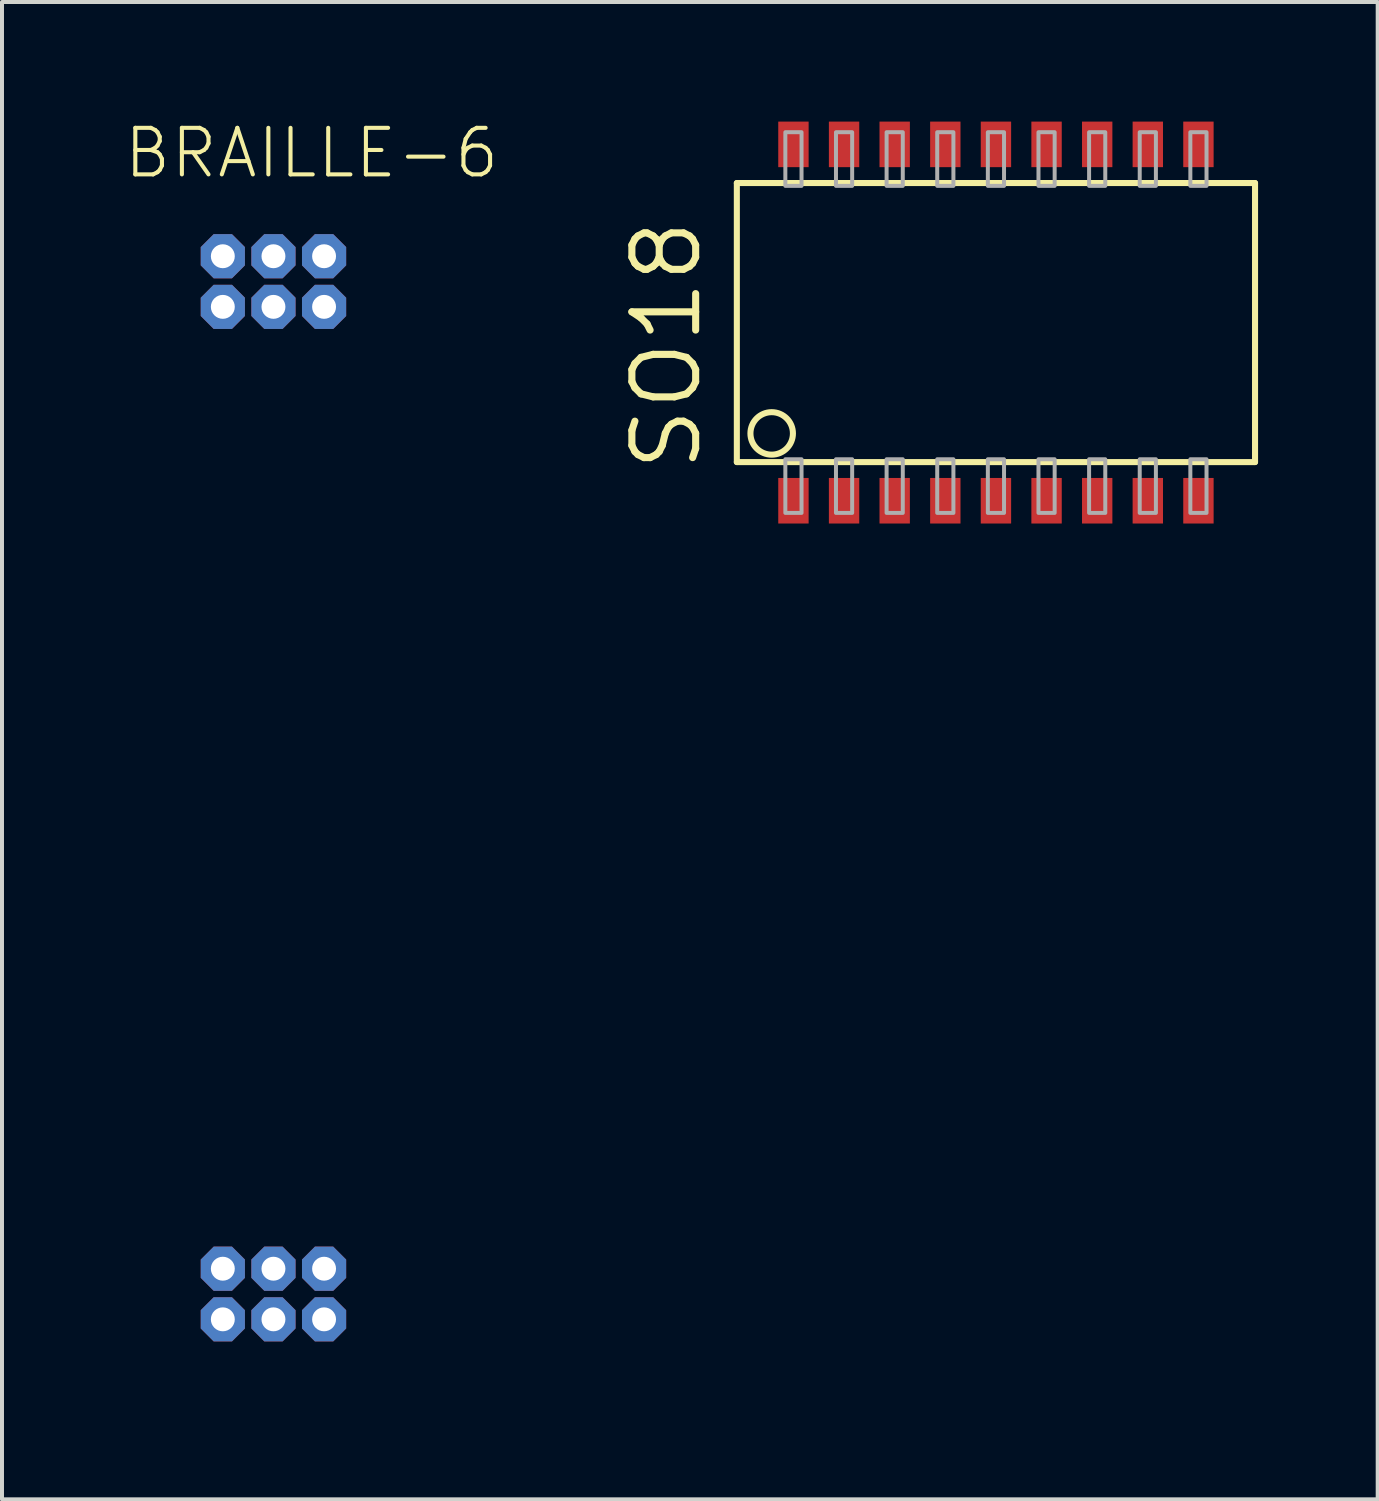
<source format=kicad_pcb>
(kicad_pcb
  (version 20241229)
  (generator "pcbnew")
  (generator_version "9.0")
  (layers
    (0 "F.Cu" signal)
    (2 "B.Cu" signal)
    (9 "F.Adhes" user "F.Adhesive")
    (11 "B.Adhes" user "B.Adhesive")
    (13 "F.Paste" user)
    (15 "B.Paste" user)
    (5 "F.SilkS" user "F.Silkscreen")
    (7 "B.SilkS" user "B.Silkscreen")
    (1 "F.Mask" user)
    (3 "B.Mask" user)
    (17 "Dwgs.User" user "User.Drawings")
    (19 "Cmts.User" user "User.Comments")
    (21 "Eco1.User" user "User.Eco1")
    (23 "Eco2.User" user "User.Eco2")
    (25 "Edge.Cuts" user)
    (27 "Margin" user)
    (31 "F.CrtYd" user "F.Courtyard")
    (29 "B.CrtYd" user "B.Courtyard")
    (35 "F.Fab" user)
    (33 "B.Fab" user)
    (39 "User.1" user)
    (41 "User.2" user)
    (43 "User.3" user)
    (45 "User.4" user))
  (footprint "SO18"
    (layer "F.Cu")
    (at 21.935 5.677)
    (property "Reference" "SO18" (at -7.328 3.175 90) (unlocked yes) (layer "F.SilkS") (effects (font (size 1.6 1.6) (thickness 0.178)) (justify left bottom)))
    (fp_line (start -6.5 -4.135) (end -6.5 2.865) (stroke (width 0.152) (type solid)) (layer "F.SilkS"))
    (fp_line (start -6.5 2.865) (end 6.5 2.865) (stroke (width 0.152) (type solid)) (layer "F.SilkS"))
    (fp_line (start 6.5 -4.135) (end -6.5 -4.135) (stroke (width 0.152) (type solid)) (layer "F.SilkS"))
    (fp_line (start 6.5 2.865) (end 6.5 -4.135) (stroke (width 0.152) (type solid)) (layer "F.SilkS"))
    (fp_circle (center -5.626 2.146) (end -5.093 2.146) (stroke (width 0.152) (type solid)) (fill no) (layer "F.SilkS"))
    (fp_poly (pts (xy -5.283 -4.064) (xy -4.877 -4.064) (xy -4.877 -5.41) (xy -5.283 -5.41)) (stroke (width 0.1) (type default)) (fill no) (layer "F.Fab"))
    (fp_poly (pts (xy -5.283 4.14) (xy -4.877 4.14) (xy -4.877 2.794) (xy -5.283 2.794)) (stroke (width 0.1) (type default)) (fill no) (layer "F.Fab"))
    (fp_poly (pts (xy -4.013 -4.064) (xy -3.607 -4.064) (xy -3.607 -5.41) (xy -4.013 -5.41)) (stroke (width 0.1) (type default)) (fill no) (layer "F.Fab"))
    (fp_poly (pts (xy -4.013 4.14) (xy -3.607 4.14) (xy -3.607 2.794) (xy -4.013 2.794)) (stroke (width 0.1) (type default)) (fill no) (layer "F.Fab"))
    (fp_poly (pts (xy -2.743 -4.064) (xy -2.337 -4.064) (xy -2.337 -5.41) (xy -2.743 -5.41)) (stroke (width 0.1) (type default)) (fill no) (layer "F.Fab"))
    (fp_poly (pts (xy -2.743 4.14) (xy -2.337 4.14) (xy -2.337 2.794) (xy -2.743 2.794)) (stroke (width 0.1) (type default)) (fill no) (layer "F.Fab"))
    (fp_poly (pts (xy -1.473 -4.064) (xy -1.067 -4.064) (xy -1.067 -5.41) (xy -1.473 -5.41)) (stroke (width 0.1) (type default)) (fill no) (layer "F.Fab"))
    (fp_poly (pts (xy -1.473 4.14) (xy -1.067 4.14) (xy -1.067 2.794) (xy -1.473 2.794)) (stroke (width 0.1) (type default)) (fill no) (layer "F.Fab"))
    (fp_poly (pts (xy -0.203 -4.064) (xy 0.203 -4.064) (xy 0.203 -5.41) (xy -0.203 -5.41)) (stroke (width 0.1) (type default)) (fill no) (layer "F.Fab"))
    (fp_poly (pts (xy -0.203 4.14) (xy 0.203 4.14) (xy 0.203 2.794) (xy -0.203 2.794)) (stroke (width 0.1) (type default)) (fill no) (layer "F.Fab"))
    (fp_poly (pts (xy 1.067 -4.064) (xy 1.473 -4.064) (xy 1.473 -5.41) (xy 1.067 -5.41)) (stroke (width 0.1) (type default)) (fill no) (layer "F.Fab"))
    (fp_poly (pts (xy 1.067 4.14) (xy 1.473 4.14) (xy 1.473 2.794) (xy 1.067 2.794)) (stroke (width 0.1) (type default)) (fill no) (layer "F.Fab"))
    (fp_poly (pts (xy 2.337 -4.064) (xy 2.743 -4.064) (xy 2.743 -5.41) (xy 2.337 -5.41)) (stroke (width 0.1) (type default)) (fill no) (layer "F.Fab"))
    (fp_poly (pts (xy 2.337 4.14) (xy 2.743 4.14) (xy 2.743 2.794) (xy 2.337 2.794)) (stroke (width 0.1) (type default)) (fill no) (layer "F.Fab"))
    (fp_poly (pts (xy 3.607 -4.064) (xy 4.013 -4.064) (xy 4.013 -5.41) (xy 3.607 -5.41)) (stroke (width 0.1) (type default)) (fill no) (layer "F.Fab"))
    (fp_poly (pts (xy 3.607 4.14) (xy 4.013 4.14) (xy 4.013 2.794) (xy 3.607 2.794)) (stroke (width 0.1) (type default)) (fill no) (layer "F.Fab"))
    (fp_poly (pts (xy 4.877 -4.064) (xy 5.283 -4.064) (xy 5.283 -5.41) (xy 4.877 -5.41)) (stroke (width 0.1) (type default)) (fill no) (layer "F.Fab"))
    (fp_poly (pts (xy 4.877 4.14) (xy 5.283 4.14) (xy 5.283 2.794) (xy 4.877 2.794)) (stroke (width 0.1) (type default)) (fill no) (layer "F.Fab"))
    (pad "1" smd rect (at -5.08 3.835) (size 0.762 1.143) (layers "F.Cu" "F.Mask" "F.Paste"))
    (pad "2" smd rect (at -3.81 3.835) (size 0.762 1.143) (layers "F.Cu" "F.Mask" "F.Paste"))
    (pad "3" smd rect (at -2.54 3.835) (size 0.762 1.143) (layers "F.Cu" "F.Mask" "F.Paste"))
    (pad "4" smd rect (at -1.27 3.835) (size 0.762 1.143) (layers "F.Cu" "F.Mask" "F.Paste"))
    (pad "5" smd rect (at 0 3.835) (size 0.762 1.143) (layers "F.Cu" "F.Mask" "F.Paste"))
    (pad "6" smd rect (at 1.27 3.835) (size 0.762 1.143) (layers "F.Cu" "F.Mask" "F.Paste"))
    (pad "7" smd rect (at 2.54 3.835) (size 0.762 1.143) (layers "F.Cu" "F.Mask" "F.Paste"))
    (pad "8" smd rect (at 3.81 3.835) (size 0.762 1.143) (layers "F.Cu" "F.Mask" "F.Paste"))
    (pad "9" smd rect (at 5.08 3.835) (size 0.762 1.143) (layers "F.Cu" "F.Mask" "F.Paste"))
    (pad "10" smd rect (at 5.08 -5.105) (size 0.762 1.143) (layers "F.Cu" "F.Mask" "F.Paste"))
    (pad "11" smd rect (at 3.81 -5.105) (size 0.762 1.143) (layers "F.Cu" "F.Mask" "F.Paste"))
    (pad "12" smd rect (at 2.54 -5.105) (size 0.762 1.143) (layers "F.Cu" "F.Mask" "F.Paste"))
    (pad "13" smd rect (at 1.27 -5.105) (size 0.762 1.143) (layers "F.Cu" "F.Mask" "F.Paste"))
    (pad "14" smd rect (at 0 -5.105) (size 0.762 1.143) (layers "F.Cu" "F.Mask" "F.Paste"))
    (pad "15" smd rect (at -1.27 -5.105) (size 0.762 1.143) (layers "F.Cu" "F.Mask" "F.Paste"))
    (pad "16" smd rect (at -2.54 -5.105) (size 0.762 1.143) (layers "F.Cu" "F.Mask" "F.Paste"))
    (pad "17" smd rect (at -3.81 -5.105) (size 0.762 1.143) (layers "F.Cu" "F.Mask" "F.Paste"))
    (pad "18" smd rect (at -5.08 -5.105) (size 0.762 1.143) (layers "F.Cu" "F.Mask" "F.Paste")))
  (footprint "BRAILLE-6"
    (layer "F.Cu")
    (at 3.81 16.713)
    (property "Reference" "BRAILLE-6" (at -3.81 -15.24 0) (unlocked yes) (layer "F.SilkS") (effects (font (size 1.168 1.168) (thickness 0.102)) (justify left bottom)))
    (fp_line (start -3.8 -13.85) (end -3.8 13.85) (stroke (width 0.001) (type solid)) (layer "Cmts.User"))
    (fp_line (start -2.8 14.85) (end 2.8 14.85) (stroke (width 0.001) (type solid)) (layer "Cmts.User"))
    (fp_line (start 2.8 -14.85) (end -2.8 -14.85) (stroke (width 0.001) (type solid)) (layer "Cmts.User"))
    (fp_line (start 3.8 13.85) (end 3.8 -13.85) (stroke (width 0.001) (type solid)) (layer "Cmts.User"))
    (fp_arc (start -3.8 -13.85) (mid -3.507107 -14.557107) (end -2.8 -14.85) (stroke (width 0.001) (type solid)) (layer "Cmts.User"))
    (fp_arc (start -2.8 14.85) (mid -3.507107 14.557107) (end -3.8 13.85) (stroke (width 0.001) (type solid)) (layer "Cmts.User"))
    (fp_arc (start 2.8 -14.85) (mid 3.507107 -14.557107) (end 3.8 -13.85) (stroke (width 0.001) (type solid)) (layer "Cmts.User"))
    (fp_arc (start 3.8 13.85) (mid 3.507107 14.557107) (end 2.8 14.85) (stroke (width 0.001) (type solid)) (layer "Cmts.User"))
    (fp_circle (center -2.3 -5.85) (end -1.5 -5.85) (stroke (width 0.001) (type solid)) (fill no) (layer "Cmts.User"))
    (fp_circle (center -2.272 -2.409) (end -2.072 -2.409) (stroke (width 0.001) (type solid)) (fill no) (layer "Cmts.User"))
    (fp_circle (center -2.272 0.691) (end -2.072 0.691) (stroke (width 0.001) (type solid)) (fill no) (layer "Cmts.User"))
    (fp_circle (center -2.272 3.791) (end -2.072 3.791) (stroke (width 0.001) (type solid)) (fill no) (layer "Cmts.User"))
    (fp_circle (center -1.55 -3.1) (end -1 -3.1) (stroke (width 0.001) (type solid)) (fill no) (layer "Cmts.User"))
    (fp_circle (center -1.55 0) (end -1 0) (stroke (width 0.001) (type solid)) (fill no) (layer "Cmts.User"))
    (fp_circle (center -1.55 3.1) (end -1 3.1) (stroke (width 0.001) (type solid)) (fill no) (layer "Cmts.User"))
    (fp_circle (center -1.27 -13.335) (end -0.97 -13.335) (stroke (width 0.001) (type solid)) (fill no) (layer "Cmts.User"))
    (fp_circle (center -1.27 -12.065) (end -0.97 -12.065) (stroke (width 0.001) (type solid)) (fill no) (layer "Cmts.User"))
    (fp_circle (center -1.27 12.065) (end -0.97 12.065) (stroke (width 0.001) (type solid)) (fill no) (layer "Cmts.User"))
    (fp_circle (center -1.27 13.335) (end -0.97 13.335) (stroke (width 0.001) (type solid)) (fill no) (layer "Cmts.User"))
    (fp_circle (center -0.666 -3.984) (end -0.466 -3.984) (stroke (width 0.001) (type solid)) (fill no) (layer "Cmts.User"))
    (fp_circle (center -0.666 -0.884) (end -0.466 -0.884) (stroke (width 0.001) (type solid)) (fill no) (layer "Cmts.User"))
    (fp_circle (center -0.666 2.216) (end -0.466 2.216) (stroke (width 0.001) (type solid)) (fill no) (layer "Cmts.User"))
    (fp_circle (center 0 -13.335) (end 0.3 -13.335) (stroke (width 0.001) (type solid)) (fill no) (layer "Cmts.User"))
    (fp_circle (center 0 -12.065) (end 0.3 -12.065) (stroke (width 0.001) (type solid)) (fill no) (layer "Cmts.User"))
    (fp_circle (center 0 -7.85) (end 1.05 -7.85) (stroke (width 0.001) (type solid)) (fill no) (layer "Cmts.User"))
    (fp_circle (center 0 7.85) (end 1.05 7.85) (stroke (width 0.001) (type solid)) (fill no) (layer "Cmts.User"))
    (fp_circle (center 0 12.065) (end 0.3 12.065) (stroke (width 0.001) (type solid)) (fill no) (layer "Cmts.User"))
    (fp_circle (center 0 13.335) (end 0.3 13.335) (stroke (width 0.001) (type solid)) (fill no) (layer "Cmts.User"))
    (fp_circle (center 0.828 -2.409) (end 1.028 -2.409) (stroke (width 0.001) (type solid)) (fill no) (layer "Cmts.User"))
    (fp_circle (center 0.828 0.691) (end 1.028 0.691) (stroke (width 0.001) (type solid)) (fill no) (layer "Cmts.User"))
    (fp_circle (center 0.828 3.791) (end 1.028 3.791) (stroke (width 0.001) (type solid)) (fill no) (layer "Cmts.User"))
    (fp_circle (center 1.27 -13.335) (end 1.57 -13.335) (stroke (width 0.001) (type solid)) (fill no) (layer "Cmts.User"))
    (fp_circle (center 1.27 -12.065) (end 1.57 -12.065) (stroke (width 0.001) (type solid)) (fill no) (layer "Cmts.User"))
    (fp_circle (center 1.27 12.065) (end 1.57 12.065) (stroke (width 0.001) (type solid)) (fill no) (layer "Cmts.User"))
    (fp_circle (center 1.27 13.335) (end 1.57 13.335) (stroke (width 0.001) (type solid)) (fill no) (layer "Cmts.User"))
    (fp_circle (center 1.55 -3.1) (end 2.1 -3.1) (stroke (width 0.001) (type solid)) (fill no) (layer "Cmts.User"))
    (fp_circle (center 1.55 0) (end 2.1 0) (stroke (width 0.001) (type solid)) (fill no) (layer "Cmts.User"))
    (fp_circle (center 1.55 3.1) (end 2.1 3.1) (stroke (width 0.001) (type solid)) (fill no) (layer "Cmts.User"))
    (fp_circle (center 2.3 5.85) (end 3.1 5.85) (stroke (width 0.001) (type solid)) (fill no) (layer "Cmts.User"))
    (fp_circle (center 2.434 -3.984) (end 2.634 -3.984) (stroke (width 0.001) (type solid)) (fill no) (layer "Cmts.User"))
    (fp_circle (center 2.434 -0.884) (end 2.634 -0.884) (stroke (width 0.001) (type solid)) (fill no) (layer "Cmts.User"))
    (fp_circle (center 2.434 2.216) (end 2.634 2.216) (stroke (width 0.001) (type solid)) (fill no) (layer "Cmts.User"))
    (pad "P$1" thru_hole roundrect (at -1.27 -13.335 270) (size 1.108 1.108) (drill 0.6) (layers "*.Cu" "*.Mask") (roundrect_rratio 0.25) (chamfer_ratio 0.293) (chamfer top_left top_right bottom_left bottom_right))
    (pad "P$2" thru_hole roundrect (at 1.27 13.335 270) (size 1.108 1.108) (drill 0.6) (layers "*.Cu" "*.Mask") (roundrect_rratio 0.25) (chamfer_ratio 0.293) (chamfer top_left top_right bottom_left bottom_right))
    (pad "P$3" thru_hole roundrect (at 0 -13.335 270) (size 1.108 1.108) (drill 0.6) (layers "*.Cu" "*.Mask") (roundrect_rratio 0.25) (chamfer_ratio 0.293) (chamfer top_left top_right bottom_left bottom_right))
    (pad "P$4" thru_hole roundrect (at 0 13.335 270) (size 1.108 1.108) (drill 0.6) (layers "*.Cu" "*.Mask") (roundrect_rratio 0.25) (chamfer_ratio 0.293) (chamfer top_left top_right bottom_left bottom_right))
    (pad "P$5" thru_hole roundrect (at 1.27 -13.335 270) (size 1.108 1.108) (drill 0.6) (layers "*.Cu" "*.Mask") (roundrect_rratio 0.25) (chamfer_ratio 0.293) (chamfer top_left top_right bottom_left bottom_right))
    (pad "P$6" thru_hole roundrect (at -1.27 13.335 270) (size 1.108 1.108) (drill 0.6) (layers "*.Cu" "*.Mask") (roundrect_rratio 0.25) (chamfer_ratio 0.293) (chamfer top_left top_right bottom_left bottom_right))
    (pad "P$7" thru_hole roundrect (at -1.27 -12.065 270) (size 1.108 1.108) (drill 0.6) (layers "*.Cu" "*.Mask") (roundrect_rratio 0.25) (chamfer_ratio 0.293) (chamfer top_left top_right bottom_left bottom_right))
    (pad "P$8" thru_hole roundrect (at 1.27 12.065 270) (size 1.108 1.108) (drill 0.6) (layers "*.Cu" "*.Mask") (roundrect_rratio 0.25) (chamfer_ratio 0.293) (chamfer top_left top_right bottom_left bottom_right))
    (pad "P$9" thru_hole roundrect (at 0 -12.065 270) (size 1.108 1.108) (drill 0.6) (layers "*.Cu" "*.Mask") (roundrect_rratio 0.25) (chamfer_ratio 0.293) (chamfer top_left top_right bottom_left bottom_right))
    (pad "P$10" thru_hole roundrect (at 0 12.065 270) (size 1.108 1.108) (drill 0.6) (layers "*.Cu" "*.Mask") (roundrect_rratio 0.25) (chamfer_ratio 0.293) (chamfer top_left top_right bottom_left bottom_right))
    (pad "P$11" thru_hole roundrect (at 1.27 -12.065 270) (size 1.108 1.108) (drill 0.6) (layers "*.Cu" "*.Mask") (roundrect_rratio 0.25) (chamfer_ratio 0.293) (chamfer top_left top_right bottom_left bottom_right))
    (pad "P$12" thru_hole roundrect (at -1.27 12.065 270) (size 1.108 1.108) (drill 0.6) (layers "*.Cu" "*.Mask") (roundrect_rratio 0.25) (chamfer_ratio 0.293) (chamfer top_left top_right bottom_left bottom_right)))
  (gr_rect
    (start -3 -3)
    (end 31.512 34.564)
    (stroke (width 0.1) (type default))
    (fill no)
    (layer "Edge.Cuts")))
</source>
